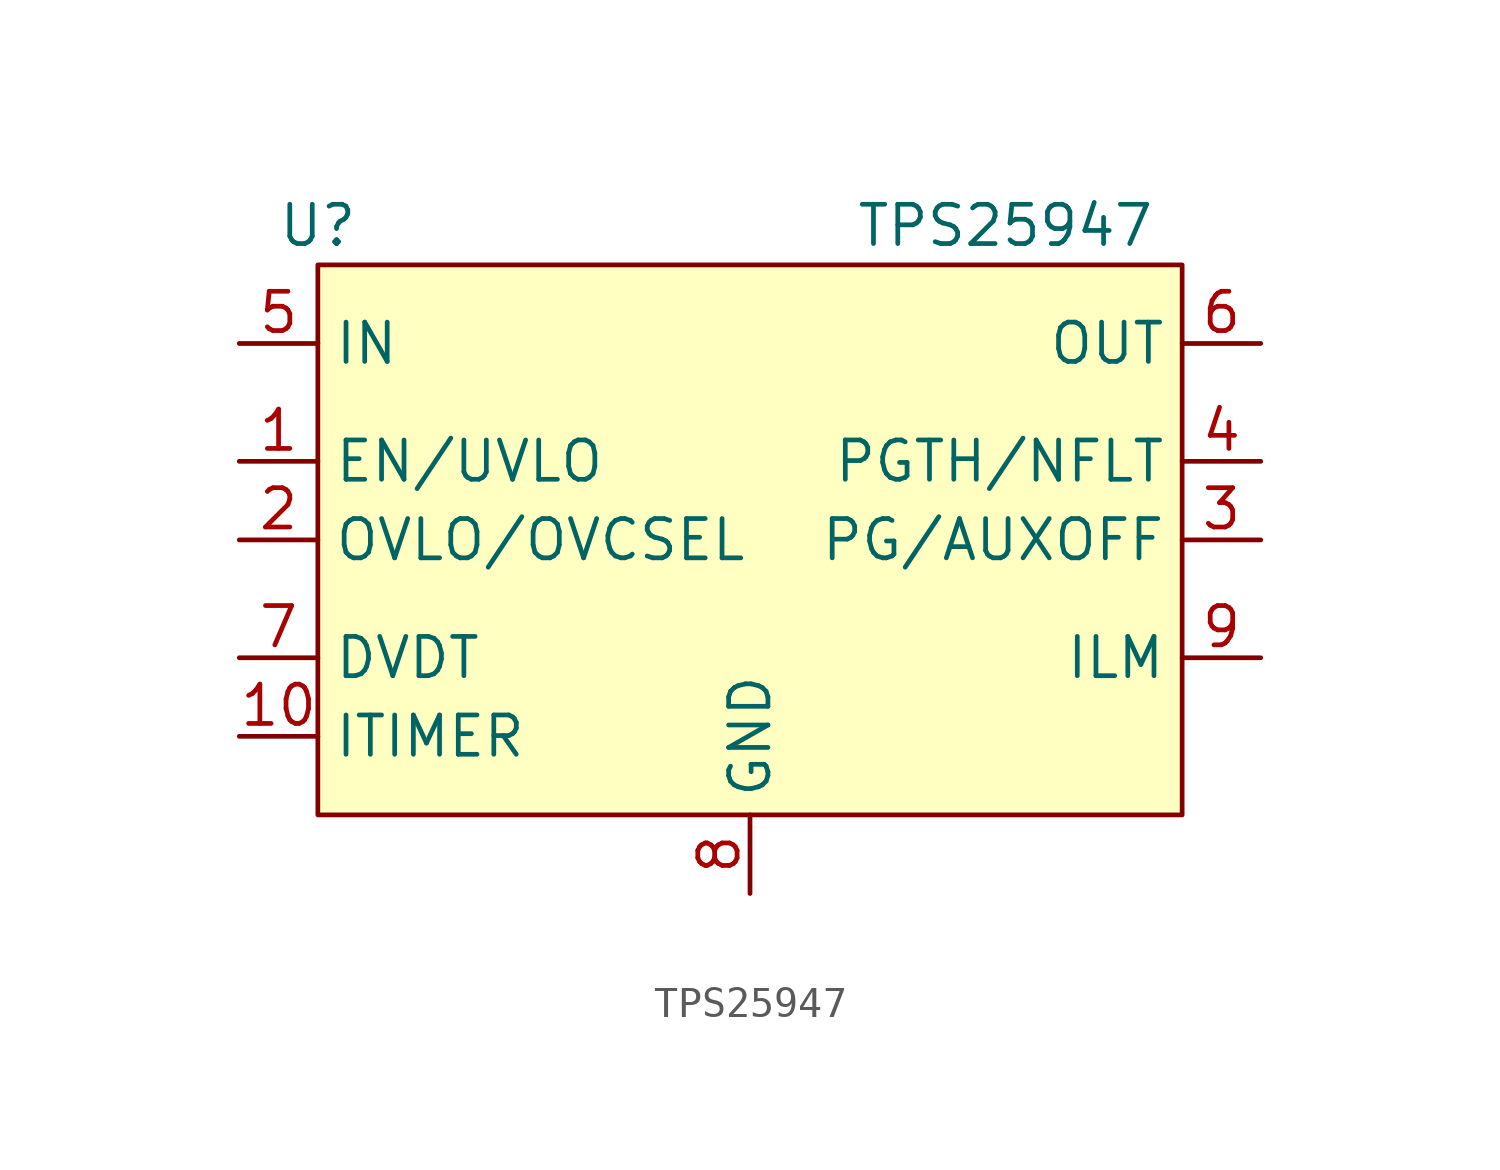
<source format=kicad_sym>
(kicad_symbol_lib
  (version 20241209)
  (generator "kicad_symbol_editor")
  (generator_version "9.0")
  (symbol "TPS25947"
    (property "Reference" "U"
      (at -13.97 10.16 0)
      (effects (font (size 1.27 1.27))))
    (property "Value" "TPS25947"
      (at 8.255 10.16 0)
      (effects (font (size 1.27 1.27))))
    (symbol "TPS25947_0_0"
      (pin power_in line (at -16.51 6.35 0) (length 2.54) (name "IN" (effects (font (size 1.27 1.27)))) (number "5" (effects (font (size 1.27 1.27)))))
      (pin input line (at -16.51 2.54 0) (length 2.54) (name "EN/UVLO" (effects (font (size 1.27 1.27)))) (number "1" (effects (font (size 1.27 1.27)))))
      (pin input line (at -16.51 0 0) (length 2.54) (name "OVLO/OVCSEL" (effects (font (size 1.27 1.27)))) (number "2" (effects (font (size 1.27 1.27)))))
      (pin output line (at -16.51 -3.81 0) (length 2.54) (name "DVDT" (effects (font (size 1.27 1.27)))) (number "7" (effects (font (size 1.27 1.27)))))
      (pin output line (at -16.51 -6.35 0) (length 2.54) (name "ITIMER" (effects (font (size 1.27 1.27)))) (number "10" (effects (font (size 1.27 1.27)))))
      (pin input line (at 0 -11.43 90) (length 2.54) (name "GND" (effects (font (size 1.27 1.27)))) (number "8" (effects (font (size 1.27 1.27)))))
      (pin power_out line (at 16.51 6.35 180) (length 2.54) (name "OUT" (effects (font (size 1.27 1.27)))) (number "6" (effects (font (size 1.27 1.27)))))
      (pin bidirectional line (at 16.51 2.54 180) (length 2.54) (name "PGTH/NFLT" (effects (font (size 1.27 1.27)))) (number "4" (effects (font (size 1.27 1.27)))))
      (pin output line (at 16.51 0 180) (length 2.54) (name "PG/AUXOFF" (effects (font (size 1.27 1.27)))) (number "3" (effects (font (size 1.27 1.27)))))
      (pin output line (at 16.51 -3.81 180) (length 2.54) (name "ILM" (effects (font (size 1.27 1.27)))) (number "9" (effects (font (size 1.27 1.27))))))
    (symbol "TPS25947_0_1"
      (rectangle (start -13.97 8.89) (end 13.97 -8.89) (stroke (width 0) (type default)) (fill (type background))))))
</source>
